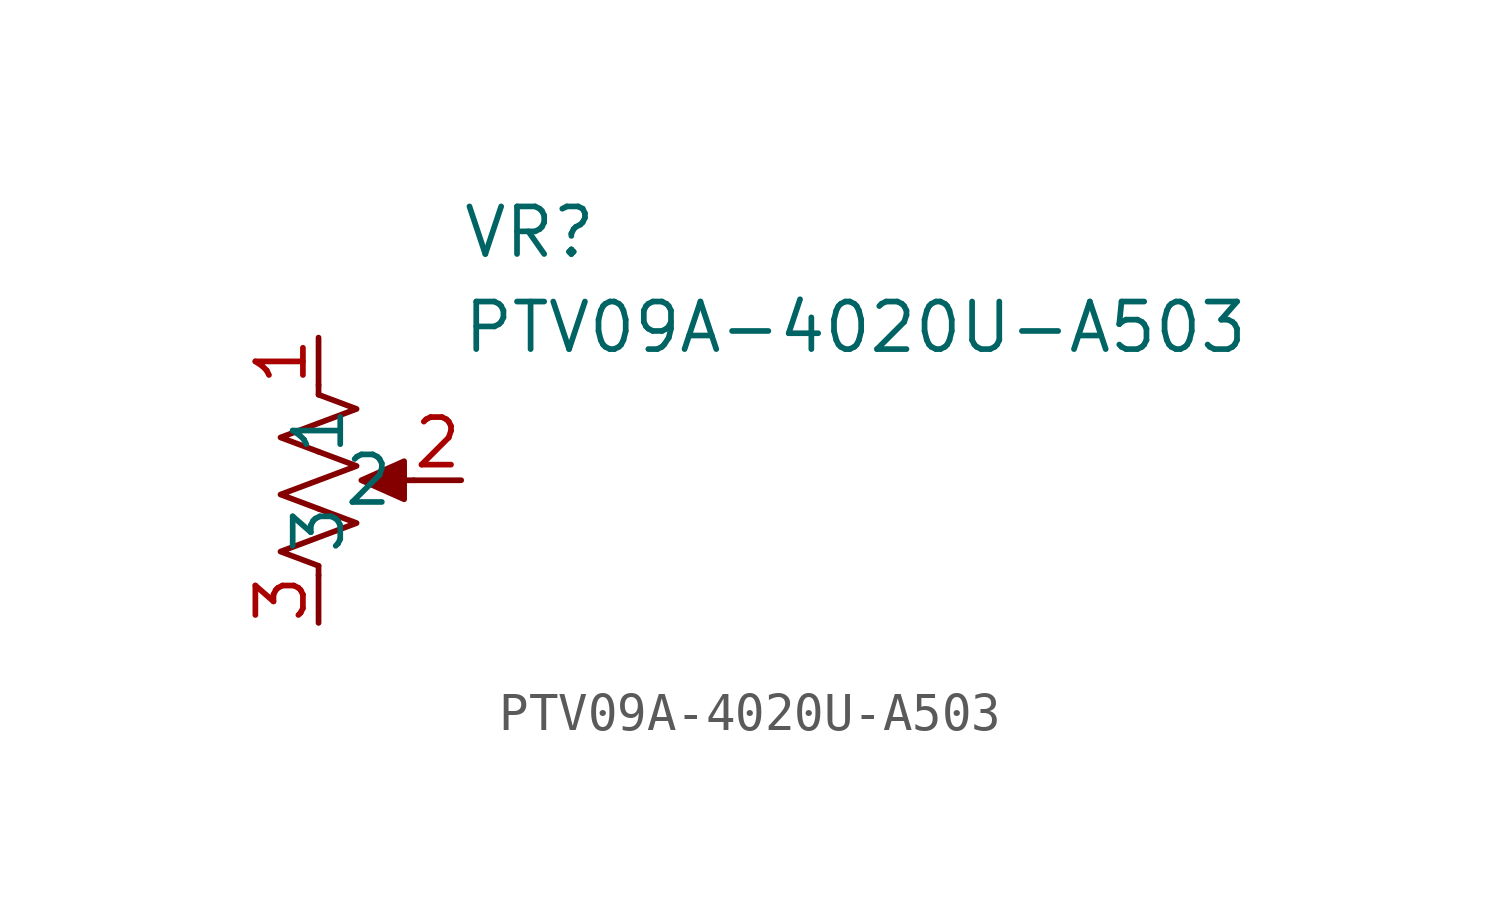
<source format=kicad_sym>
(kicad_symbol_lib
  (version 20241209)
  (generator "kicad_symbol_editor")
  (generator_version "9.0")
  (symbol "PTV09A-4020U-A503"
    (property "Reference" "VR"
      (at 3.81 7.366 0)
      (effects (font (size 1.27 1.27)) (justify left top)))
    (property "Value" "PTV09A-4020U-A503"
      (at 3.81 4.826 0)
      (effects (font (size 1.27 1.27)) (justify left top)))
    (symbol "PTV09A-4020U-A503_0_1"
      (polyline (pts (xy 0 2.54) (xy 0 2.286)) (stroke (width 0) (type default)) (fill (type none)))
      (polyline (pts (xy 0 2.286) (xy 1.016 1.905) (xy 0 1.524) (xy -1.016 1.143) (xy 0 0.762)) (stroke (width 0) (type default)) (fill (type none)))
      (polyline (pts (xy 0 0.762) (xy 1.016 0.381) (xy 0 0) (xy -1.016 -0.381) (xy 0 -0.762)) (stroke (width 0) (type default)) (fill (type none)))
      (polyline (pts (xy 0 -0.762) (xy 1.016 -1.143) (xy 0 -1.524) (xy -1.016 -1.905) (xy 0 -2.286)) (stroke (width 0) (type default)) (fill (type none)))
      (polyline (pts (xy 0 -2.286) (xy 0 -2.54)) (stroke (width 0) (type default)) (fill (type none)))
      (polyline (pts (xy 1.143 0) (xy 2.286 0.508) (xy 2.286 -0.508) (xy 1.143 0)) (stroke (width 0) (type default)) (fill (type outline)))
      (polyline (pts (xy 2.54 0) (xy 1.524 0)) (stroke (width 0) (type default)) (fill (type none))))
    (symbol "PTV09A-4020U-A503_1_1"
      (pin passive line (at 0 3.81 270) (length 1.27) (name "1" (effects (font (size 1.27 1.27)))) (number "1" (effects (font (size 1.27 1.27)))))
      (pin passive line (at 0 -3.81 90) (length 1.27) (name "3" (effects (font (size 1.27 1.27)))) (number "3" (effects (font (size 1.27 1.27)))))
      (pin passive line (at 3.81 0 180) (length 1.27) (name "2" (effects (font (size 1.27 1.27)))) (number "2" (effects (font (size 1.27 1.27))))))))
</source>
